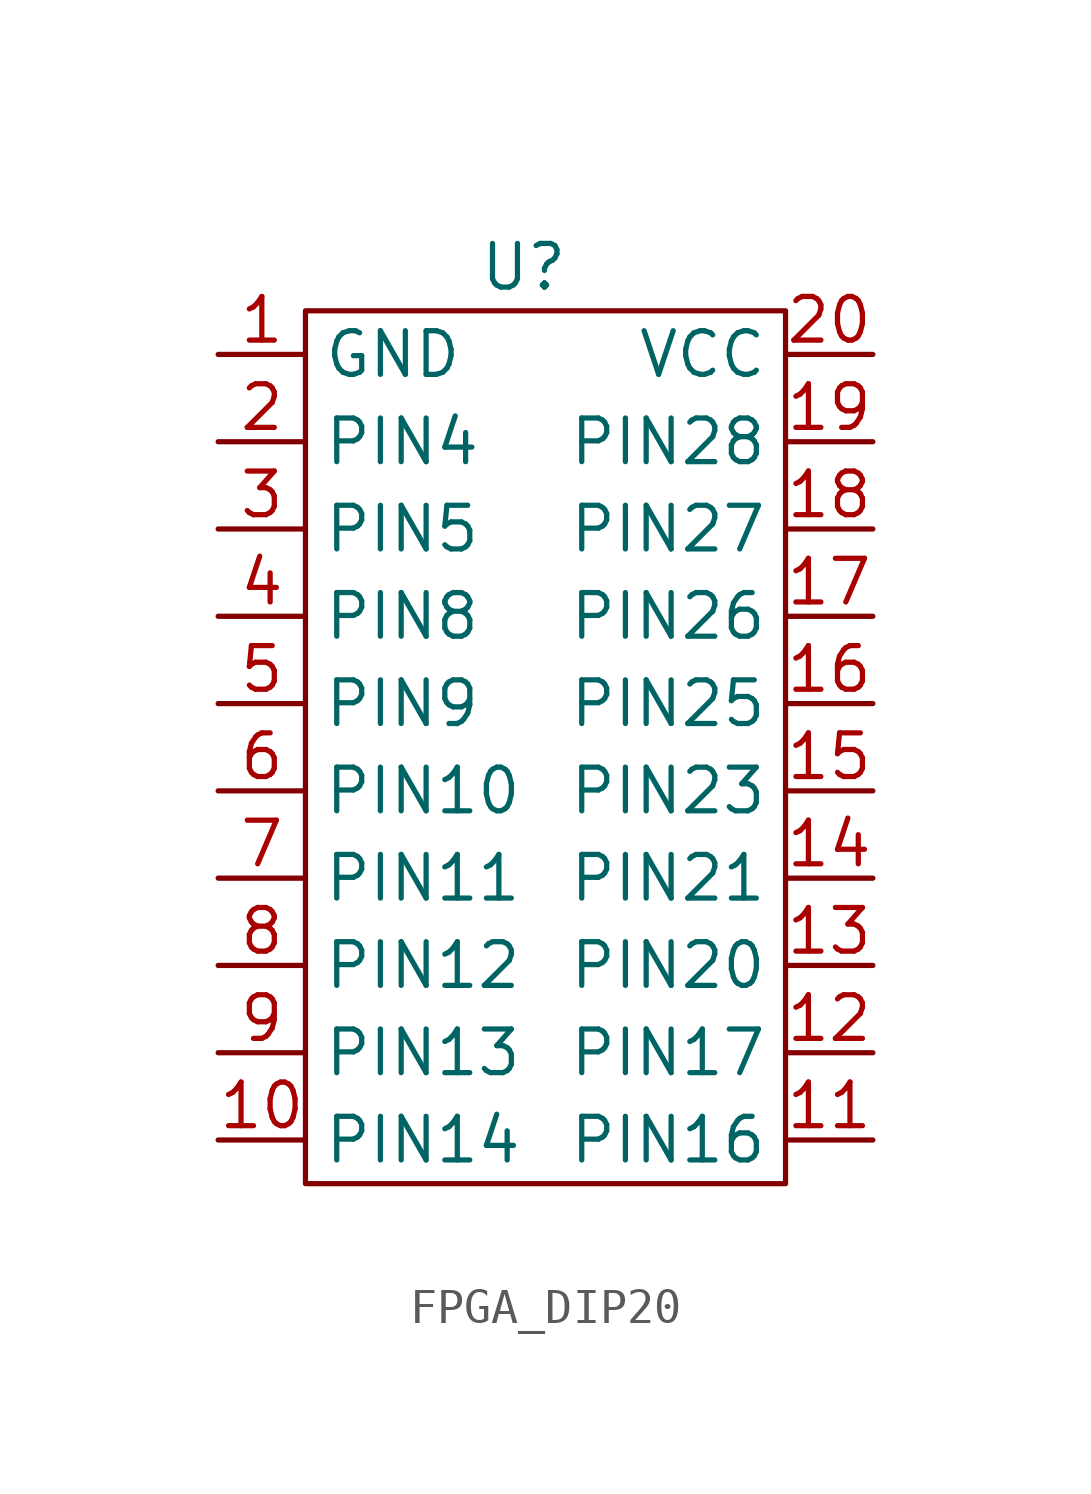
<source format=kicad_sym>
(kicad_symbol_lib
  (version 20241209)
  (generator "kicad_symbol_editor")
  (generator_version "9.0")
  (symbol "FPGA_DIP20"
    (property "Reference" "U"
      (at 0 0 0)
      (effects (font (size 1.27 1.27))))
    (property "Value" ""
      (at 0 0 0)
      (effects (font (size 1.27 1.27))))
    (symbol "FPGA_DIP20_0_1"
      (rectangle (start -6.35 -1.27) (end 7.62 -26.67) (stroke (width 0) (type default)) (fill (type none))))
    (symbol "FPGA_DIP20_1_1"
      (pin power_in line (at -8.89 -2.54 0) (length 2.54) (name "GND" (effects (font (size 1.27 1.27)))) (number "1" (effects (font (size 1.27 1.27)))))
      (pin bidirectional line (at -8.89 -5.08 0) (length 2.54) (name "PIN4" (effects (font (size 1.27 1.27)))) (number "2" (effects (font (size 1.27 1.27)))))
      (pin bidirectional line (at -8.89 -7.62 0) (length 2.54) (name "PIN5" (effects (font (size 1.27 1.27)))) (number "3" (effects (font (size 1.27 1.27)))))
      (pin bidirectional line (at -8.89 -10.16 0) (length 2.54) (name "PIN8" (effects (font (size 1.27 1.27)))) (number "4" (effects (font (size 1.27 1.27)))))
      (pin bidirectional line (at -8.89 -12.7 0) (length 2.54) (name "PIN9" (effects (font (size 1.27 1.27)))) (number "5" (effects (font (size 1.27 1.27)))))
      (pin bidirectional line (at -8.89 -15.24 0) (length 2.54) (name "PIN10" (effects (font (size 1.27 1.27)))) (number "6" (effects (font (size 1.27 1.27)))))
      (pin bidirectional line (at -8.89 -17.78 0) (length 2.54) (name "PIN11" (effects (font (size 1.27 1.27)))) (number "7" (effects (font (size 1.27 1.27)))))
      (pin bidirectional line (at -8.89 -20.32 0) (length 2.54) (name "PIN12" (effects (font (size 1.27 1.27)))) (number "8" (effects (font (size 1.27 1.27)))))
      (pin bidirectional line (at -8.89 -22.86 0) (length 2.54) (name "PIN13" (effects (font (size 1.27 1.27)))) (number "9" (effects (font (size 1.27 1.27)))))
      (pin bidirectional line (at -8.89 -25.4 0) (length 2.54) (name "PIN14" (effects (font (size 1.27 1.27)))) (number "10" (effects (font (size 1.27 1.27)))))
      (pin power_in line (at 10.16 -2.54 180) (length 2.54) (name "VCC" (effects (font (size 1.27 1.27)))) (number "20" (effects (font (size 1.27 1.27)))))
      (pin bidirectional line (at 10.16 -5.08 180) (length 2.54) (name "PIN28" (effects (font (size 1.27 1.27)))) (number "19" (effects (font (size 1.27 1.27)))))
      (pin bidirectional line (at 10.16 -7.62 180) (length 2.54) (name "PIN27" (effects (font (size 1.27 1.27)))) (number "18" (effects (font (size 1.27 1.27)))))
      (pin bidirectional line (at 10.16 -10.16 180) (length 2.54) (name "PIN26" (effects (font (size 1.27 1.27)))) (number "17" (effects (font (size 1.27 1.27)))))
      (pin bidirectional line (at 10.16 -12.7 180) (length 2.54) (name "PIN25" (effects (font (size 1.27 1.27)))) (number "16" (effects (font (size 1.27 1.27)))))
      (pin bidirectional line (at 10.16 -15.24 180) (length 2.54) (name "PIN23" (effects (font (size 1.27 1.27)))) (number "15" (effects (font (size 1.27 1.27)))))
      (pin bidirectional line (at 10.16 -17.78 180) (length 2.54) (name "PIN21" (effects (font (size 1.27 1.27)))) (number "14" (effects (font (size 1.27 1.27)))))
      (pin bidirectional line (at 10.16 -20.32 180) (length 2.54) (name "PIN20" (effects (font (size 1.27 1.27)))) (number "13" (effects (font (size 1.27 1.27)))))
      (pin bidirectional line (at 10.16 -22.86 180) (length 2.54) (name "PIN17" (effects (font (size 1.27 1.27)))) (number "12" (effects (font (size 1.27 1.27)))))
      (pin bidirectional line (at 10.16 -25.4 180) (length 2.54) (name "PIN16" (effects (font (size 1.27 1.27)))) (number "11" (effects (font (size 1.27 1.27))))))))
</source>
